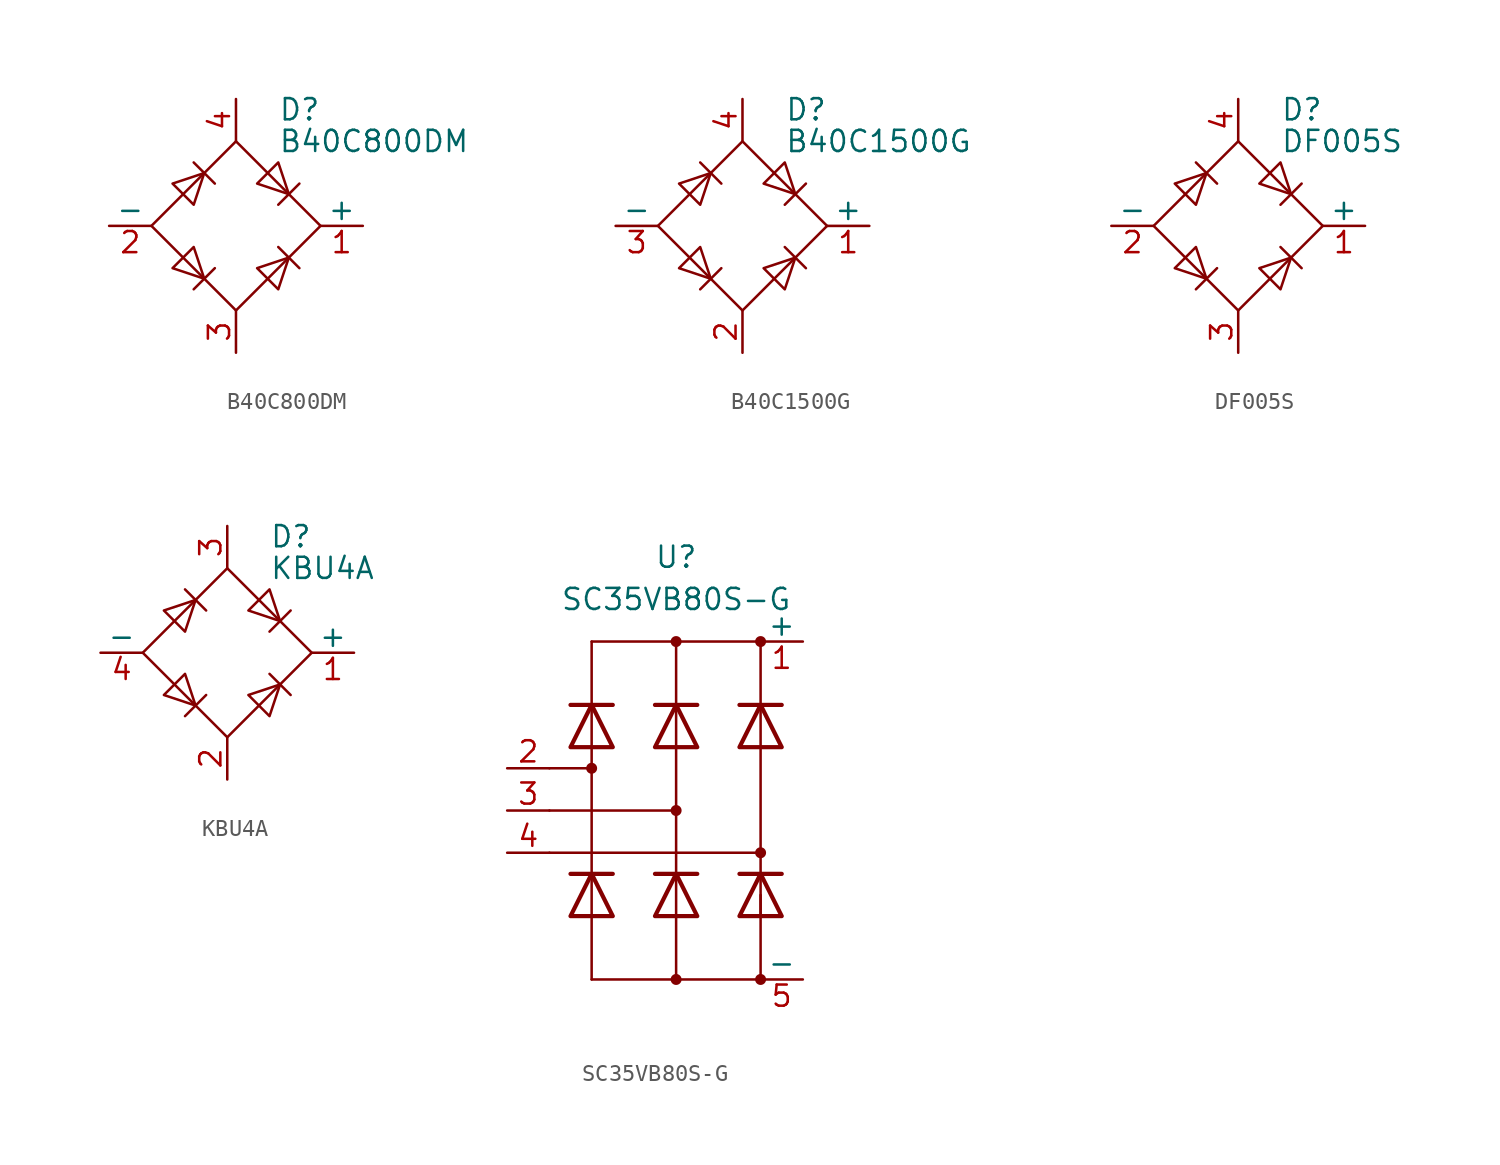
<source format=kicad_sym>
(kicad_symbol_lib
  (version 20241209)
  (generator "kicad_symbol_editor")
  (generator_version "9.0")
  (symbol "B40C800DM"
    (pin_names
      (offset 0))
    (property "Reference" "D"
      (at 2.54 6.985 0)
      (effects (font (size 1.27 1.27)) (justify left)))
    (property "Value" "B40C800DM"
      (at 2.54 5.08 0)
      (effects (font (size 1.27 1.27)) (justify left)))
    (symbol "B40C800DM_0_1"
      (polyline (pts (xy -5.08 0) (xy 0 -5.08) (xy 5.08 0) (xy 0 5.08) (xy -5.08 0)) (stroke (width 0) (type default)) (fill (type none)))
      (polyline (pts (xy -3.81 2.54) (xy -2.54 1.27) (xy -1.905 3.175) (xy -3.81 2.54)) (stroke (width 0) (type default)) (fill (type none)))
      (polyline (pts (xy -2.54 3.81) (xy -1.27 2.54)) (stroke (width 0) (type default)) (fill (type none)))
      (polyline (pts (xy -2.54 -1.27) (xy -3.81 -2.54) (xy -1.905 -3.175) (xy -2.54 -1.27)) (stroke (width 0) (type default)) (fill (type none)))
      (polyline (pts (xy -1.27 -2.54) (xy -2.54 -3.81)) (stroke (width 0) (type default)) (fill (type none)))
      (polyline (pts (xy 1.27 2.54) (xy 2.54 3.81) (xy 3.175 1.905) (xy 1.27 2.54)) (stroke (width 0) (type default)) (fill (type none)))
      (polyline (pts (xy 2.54 1.27) (xy 3.81 2.54)) (stroke (width 0) (type default)) (fill (type none)))
      (polyline (pts (xy 2.54 -1.27) (xy 3.81 -2.54)) (stroke (width 0) (type default)) (fill (type none)))
      (polyline (pts (xy 3.175 -1.905) (xy 1.27 -2.54) (xy 2.54 -3.81) (xy 3.175 -1.905)) (stroke (width 0) (type default)) (fill (type none))))
    (symbol "B40C800DM_1_1"
      (pin passive line (at -7.62 0 0) (length 2.54) (name "-" (effects (font (size 1.27 1.27)))) (number "2" (effects (font (size 1.27 1.27)))))
      (pin passive line (at 0 7.62 270) (length 2.54) (name "~" (effects (font (size 1.27 1.27)))) (number "4" (effects (font (size 1.27 1.27)))))
      (pin passive line (at 0 -7.62 90) (length 2.54) (name "~" (effects (font (size 1.27 1.27)))) (number "3" (effects (font (size 1.27 1.27)))))
      (pin passive line (at 7.62 0 180) (length 2.54) (name "+" (effects (font (size 1.27 1.27)))) (number "1" (effects (font (size 1.27 1.27)))))))
  (symbol "B40C1500G"
    (pin_names
      (offset 0))
    (property "Reference" "D"
      (at 2.54 6.985 0)
      (effects (font (size 1.27 1.27)) (justify left)))
    (property "Value" "B40C1500G"
      (at 2.54 5.08 0)
      (effects (font (size 1.27 1.27)) (justify left)))
    (symbol "B40C1500G_0_1"
      (polyline (pts (xy -5.08 0) (xy 0 -5.08) (xy 5.08 0) (xy 0 5.08) (xy -5.08 0)) (stroke (width 0) (type default)) (fill (type none)))
      (polyline (pts (xy -3.81 2.54) (xy -2.54 1.27) (xy -1.905 3.175) (xy -3.81 2.54)) (stroke (width 0) (type default)) (fill (type none)))
      (polyline (pts (xy -2.54 3.81) (xy -1.27 2.54)) (stroke (width 0) (type default)) (fill (type none)))
      (polyline (pts (xy -2.54 -1.27) (xy -3.81 -2.54) (xy -1.905 -3.175) (xy -2.54 -1.27)) (stroke (width 0) (type default)) (fill (type none)))
      (polyline (pts (xy -1.27 -2.54) (xy -2.54 -3.81)) (stroke (width 0) (type default)) (fill (type none)))
      (polyline (pts (xy 1.27 2.54) (xy 2.54 3.81) (xy 3.175 1.905) (xy 1.27 2.54)) (stroke (width 0) (type default)) (fill (type none)))
      (polyline (pts (xy 2.54 1.27) (xy 3.81 2.54)) (stroke (width 0) (type default)) (fill (type none)))
      (polyline (pts (xy 2.54 -1.27) (xy 3.81 -2.54)) (stroke (width 0) (type default)) (fill (type none)))
      (polyline (pts (xy 3.175 -1.905) (xy 1.27 -2.54) (xy 2.54 -3.81) (xy 3.175 -1.905)) (stroke (width 0) (type default)) (fill (type none))))
    (symbol "B40C1500G_1_1"
      (pin passive line (at -7.62 0 0) (length 2.54) (name "-" (effects (font (size 1.27 1.27)))) (number "3" (effects (font (size 1.27 1.27)))))
      (pin passive line (at 0 7.62 270) (length 2.54) (name "~" (effects (font (size 1.27 1.27)))) (number "4" (effects (font (size 1.27 1.27)))))
      (pin passive line (at 0 -7.62 90) (length 2.54) (name "~" (effects (font (size 1.27 1.27)))) (number "2" (effects (font (size 1.27 1.27)))))
      (pin passive line (at 7.62 0 180) (length 2.54) (name "+" (effects (font (size 1.27 1.27)))) (number "1" (effects (font (size 1.27 1.27)))))))
  (symbol "DF005S"
    (pin_names
      (offset 0))
    (property "Reference" "D"
      (at 2.54 6.985 0)
      (effects (font (size 1.27 1.27)) (justify left)))
    (property "Value" "DF005S"
      (at 2.54 5.08 0)
      (effects (font (size 1.27 1.27)) (justify left)))
    (symbol "DF005S_0_1"
      (polyline (pts (xy -5.08 0) (xy 0 -5.08) (xy 5.08 0) (xy 0 5.08) (xy -5.08 0)) (stroke (width 0) (type default)) (fill (type none)))
      (polyline (pts (xy -3.81 2.54) (xy -2.54 1.27) (xy -1.905 3.175) (xy -3.81 2.54)) (stroke (width 0) (type default)) (fill (type none)))
      (polyline (pts (xy -2.54 3.81) (xy -1.27 2.54)) (stroke (width 0) (type default)) (fill (type none)))
      (polyline (pts (xy -2.54 -1.27) (xy -3.81 -2.54) (xy -1.905 -3.175) (xy -2.54 -1.27)) (stroke (width 0) (type default)) (fill (type none)))
      (polyline (pts (xy -1.27 -2.54) (xy -2.54 -3.81)) (stroke (width 0) (type default)) (fill (type none)))
      (polyline (pts (xy 1.27 2.54) (xy 2.54 3.81) (xy 3.175 1.905) (xy 1.27 2.54)) (stroke (width 0) (type default)) (fill (type none)))
      (polyline (pts (xy 2.54 1.27) (xy 3.81 2.54)) (stroke (width 0) (type default)) (fill (type none)))
      (polyline (pts (xy 2.54 -1.27) (xy 3.81 -2.54)) (stroke (width 0) (type default)) (fill (type none)))
      (polyline (pts (xy 3.175 -1.905) (xy 1.27 -2.54) (xy 2.54 -3.81) (xy 3.175 -1.905)) (stroke (width 0) (type default)) (fill (type none))))
    (symbol "DF005S_1_1"
      (pin passive line (at -7.62 0 0) (length 2.54) (name "-" (effects (font (size 1.27 1.27)))) (number "2" (effects (font (size 1.27 1.27)))))
      (pin passive line (at 0 7.62 270) (length 2.54) (name "~" (effects (font (size 1.27 1.27)))) (number "4" (effects (font (size 1.27 1.27)))))
      (pin passive line (at 0 -7.62 90) (length 2.54) (name "~" (effects (font (size 1.27 1.27)))) (number "3" (effects (font (size 1.27 1.27)))))
      (pin passive line (at 7.62 0 180) (length 2.54) (name "+" (effects (font (size 1.27 1.27)))) (number "1" (effects (font (size 1.27 1.27)))))))
  (symbol "KBU4A"
    (pin_names
      (offset 0))
    (property "Reference" "D"
      (at 2.54 6.985 0)
      (effects (font (size 1.27 1.27)) (justify left)))
    (property "Value" "KBU4A"
      (at 2.54 5.08 0)
      (effects (font (size 1.27 1.27)) (justify left)))
    (symbol "KBU4A_0_1"
      (polyline (pts (xy -5.08 0) (xy 0 -5.08) (xy 5.08 0) (xy 0 5.08) (xy -5.08 0)) (stroke (width 0) (type default)) (fill (type none)))
      (polyline (pts (xy -3.81 2.54) (xy -2.54 1.27) (xy -1.905 3.175) (xy -3.81 2.54)) (stroke (width 0) (type default)) (fill (type none)))
      (polyline (pts (xy -2.54 3.81) (xy -1.27 2.54)) (stroke (width 0) (type default)) (fill (type none)))
      (polyline (pts (xy -2.54 -1.27) (xy -3.81 -2.54) (xy -1.905 -3.175) (xy -2.54 -1.27)) (stroke (width 0) (type default)) (fill (type none)))
      (polyline (pts (xy -1.27 -2.54) (xy -2.54 -3.81)) (stroke (width 0) (type default)) (fill (type none)))
      (polyline (pts (xy 1.27 2.54) (xy 2.54 3.81) (xy 3.175 1.905) (xy 1.27 2.54)) (stroke (width 0) (type default)) (fill (type none)))
      (polyline (pts (xy 2.54 1.27) (xy 3.81 2.54)) (stroke (width 0) (type default)) (fill (type none)))
      (polyline (pts (xy 2.54 -1.27) (xy 3.81 -2.54)) (stroke (width 0) (type default)) (fill (type none)))
      (polyline (pts (xy 3.175 -1.905) (xy 1.27 -2.54) (xy 2.54 -3.81) (xy 3.175 -1.905)) (stroke (width 0) (type default)) (fill (type none))))
    (symbol "KBU4A_1_1"
      (pin passive line (at -7.62 0 0) (length 2.54) (name "-" (effects (font (size 1.27 1.27)))) (number "4" (effects (font (size 1.27 1.27)))))
      (pin passive line (at 0 7.62 270) (length 2.54) (name "~" (effects (font (size 1.27 1.27)))) (number "3" (effects (font (size 1.27 1.27)))))
      (pin passive line (at 0 -7.62 90) (length 2.54) (name "~" (effects (font (size 1.27 1.27)))) (number "2" (effects (font (size 1.27 1.27)))))
      (pin passive line (at 7.62 0 180) (length 2.54) (name "+" (effects (font (size 1.27 1.27)))) (number "1" (effects (font (size 1.27 1.27)))))))
  (symbol "SC35VB80S-G"
    (pin_names
      (offset 0))
    (property "Reference" "U"
      (at 0 15.24 0)
      (effects (font (size 1.27 1.27))))
    (property "Value" "SC35VB80S-G"
      (at 0 12.7 0)
      (effects (font (size 1.27 1.27))))
    (symbol "SC35VB80S-G_1_1"
      (polyline (pts (xy -7.62 2.54) (xy -5.08 2.54)) (stroke (width 0) (type default)) (fill (type none)))
      (polyline (pts (xy -7.62 0) (xy 0 0)) (stroke (width 0) (type default)) (fill (type none)))
      (polyline (pts (xy -7.62 -2.54) (xy 5.08 -2.54)) (stroke (width 0) (type default)) (fill (type none)))
      (polyline (pts (xy -5.08 10.16) (xy -5.08 6.35)) (stroke (width 0) (type default)) (fill (type none)))
      (polyline (pts (xy -5.08 10.16) (xy 5.08 10.16)) (stroke (width 0) (type default)) (fill (type none)))
      (polyline (pts (xy -5.08 3.81) (xy -5.08 6.35)) (stroke (width 0) (type default)) (fill (type none)))
      (polyline (pts (xy -5.08 3.81) (xy -5.08 -3.81)) (stroke (width 0) (type default)) (fill (type none)))
      (circle (center -5.08 2.54) (radius 0.254) (stroke (width 0) (type default)) (fill (type outline)))
      (polyline (pts (xy -5.08 -6.35) (xy -5.08 -3.81)) (stroke (width 0) (type default)) (fill (type none)))
      (polyline (pts (xy -5.08 -6.35) (xy -5.08 -10.16)) (stroke (width 0) (type default)) (fill (type none)))
      (polyline (pts (xy -5.08 -10.16) (xy 5.08 -10.16)) (stroke (width 0) (type default)) (fill (type none)))
      (polyline (pts (xy -3.81 6.35) (xy -6.35 6.35)) (stroke (width 0.254) (type default)) (fill (type none)))
      (polyline (pts (xy -3.81 3.81) (xy -6.35 3.81) (xy -5.08 6.35) (xy -3.81 3.81)) (stroke (width 0.254) (type default)) (fill (type none)))
      (polyline (pts (xy -3.81 -3.81) (xy -6.35 -3.81)) (stroke (width 0.254) (type default)) (fill (type none)))
      (polyline (pts (xy -3.81 -6.35) (xy -6.35 -6.35) (xy -5.08 -3.81) (xy -3.81 -6.35)) (stroke (width 0.254) (type default)) (fill (type none)))
      (circle (center 0 10.16) (radius 0.254) (stroke (width 0) (type default)) (fill (type outline)))
      (polyline (pts (xy 0 6.35) (xy 0 10.16)) (stroke (width 0) (type default)) (fill (type none)))
      (polyline (pts (xy 0 3.81) (xy 0 6.35)) (stroke (width 0) (type default)) (fill (type none)))
      (polyline (pts (xy 0 3.81) (xy 0 -3.81)) (stroke (width 0) (type default)) (fill (type none)))
      (circle (center 0 0) (radius 0.254) (stroke (width 0) (type default)) (fill (type outline)))
      (polyline (pts (xy 0 -6.35) (xy 0 -3.81)) (stroke (width 0) (type default)) (fill (type none)))
      (polyline (pts (xy 0 -6.35) (xy 0 -10.16)) (stroke (width 0) (type default)) (fill (type none)))
      (circle (center 0 -10.16) (radius 0.254) (stroke (width 0) (type default)) (fill (type outline)))
      (polyline (pts (xy 1.27 6.35) (xy -1.27 6.35)) (stroke (width 0.254) (type default)) (fill (type none)))
      (polyline (pts (xy 1.27 3.81) (xy -1.27 3.81) (xy 0 6.35) (xy 1.27 3.81)) (stroke (width 0.254) (type default)) (fill (type none)))
      (polyline (pts (xy 1.27 -3.81) (xy -1.27 -3.81)) (stroke (width 0.254) (type default)) (fill (type none)))
      (polyline (pts (xy 1.27 -6.35) (xy -1.27 -6.35) (xy 0 -3.81) (xy 1.27 -6.35)) (stroke (width 0.254) (type default)) (fill (type none)))
      (polyline (pts (xy 5.08 10.16) (xy 5.08 6.35)) (stroke (width 0) (type default)) (fill (type none)))
      (circle (center 5.08 10.16) (radius 0.254) (stroke (width 0) (type default)) (fill (type outline)))
      (polyline (pts (xy 5.08 3.81) (xy 5.08 6.35)) (stroke (width 0) (type default)) (fill (type none)))
      (polyline (pts (xy 5.08 3.81) (xy 5.08 -3.81)) (stroke (width 0) (type default)) (fill (type none)))
      (circle (center 5.08 -2.54) (radius 0.254) (stroke (width 0) (type default)) (fill (type outline)))
      (polyline (pts (xy 5.08 -6.35) (xy 5.08 -3.81)) (stroke (width 0) (type default)) (fill (type none)))
      (polyline (pts (xy 5.08 -10.16) (xy 5.08 -5.08)) (stroke (width 0) (type default)) (fill (type none)))
      (circle (center 5.08 -10.16) (radius 0.254) (stroke (width 0) (type default)) (fill (type outline)))
      (polyline (pts (xy 6.35 6.35) (xy 3.81 6.35)) (stroke (width 0.254) (type default)) (fill (type none)))
      (polyline (pts (xy 6.35 3.81) (xy 3.81 3.81) (xy 5.08 6.35) (xy 6.35 3.81)) (stroke (width 0.254) (type default)) (fill (type none)))
      (polyline (pts (xy 6.35 -3.81) (xy 3.81 -3.81)) (stroke (width 0.254) (type default)) (fill (type none)))
      (polyline (pts (xy 6.35 -6.35) (xy 3.81 -6.35) (xy 5.08 -3.81) (xy 6.35 -6.35)) (stroke (width 0.254) (type default)) (fill (type none)))
      (pin passive line (at -10.16 2.54 0) (length 2.54) (name "~" (effects (font (size 1.27 1.27)))) (number "2" (effects (font (size 1.27 1.27)))))
      (pin passive line (at -10.16 0 0) (length 2.54) (name "~" (effects (font (size 1.27 1.27)))) (number "3" (effects (font (size 1.27 1.27)))))
      (pin passive line (at -10.16 -2.54 0) (length 2.54) (name "~" (effects (font (size 1.27 1.27)))) (number "4" (effects (font (size 1.27 1.27)))))
      (pin passive line (at 7.62 10.16 180) (length 2.54) (name "+" (effects (font (size 1.27 1.27)))) (number "1" (effects (font (size 1.27 1.27)))))
      (pin passive line (at 7.62 -10.16 180) (length 2.54) (name "-" (effects (font (size 1.27 1.27)))) (number "5" (effects (font (size 1.27 1.27))))))))
</source>
